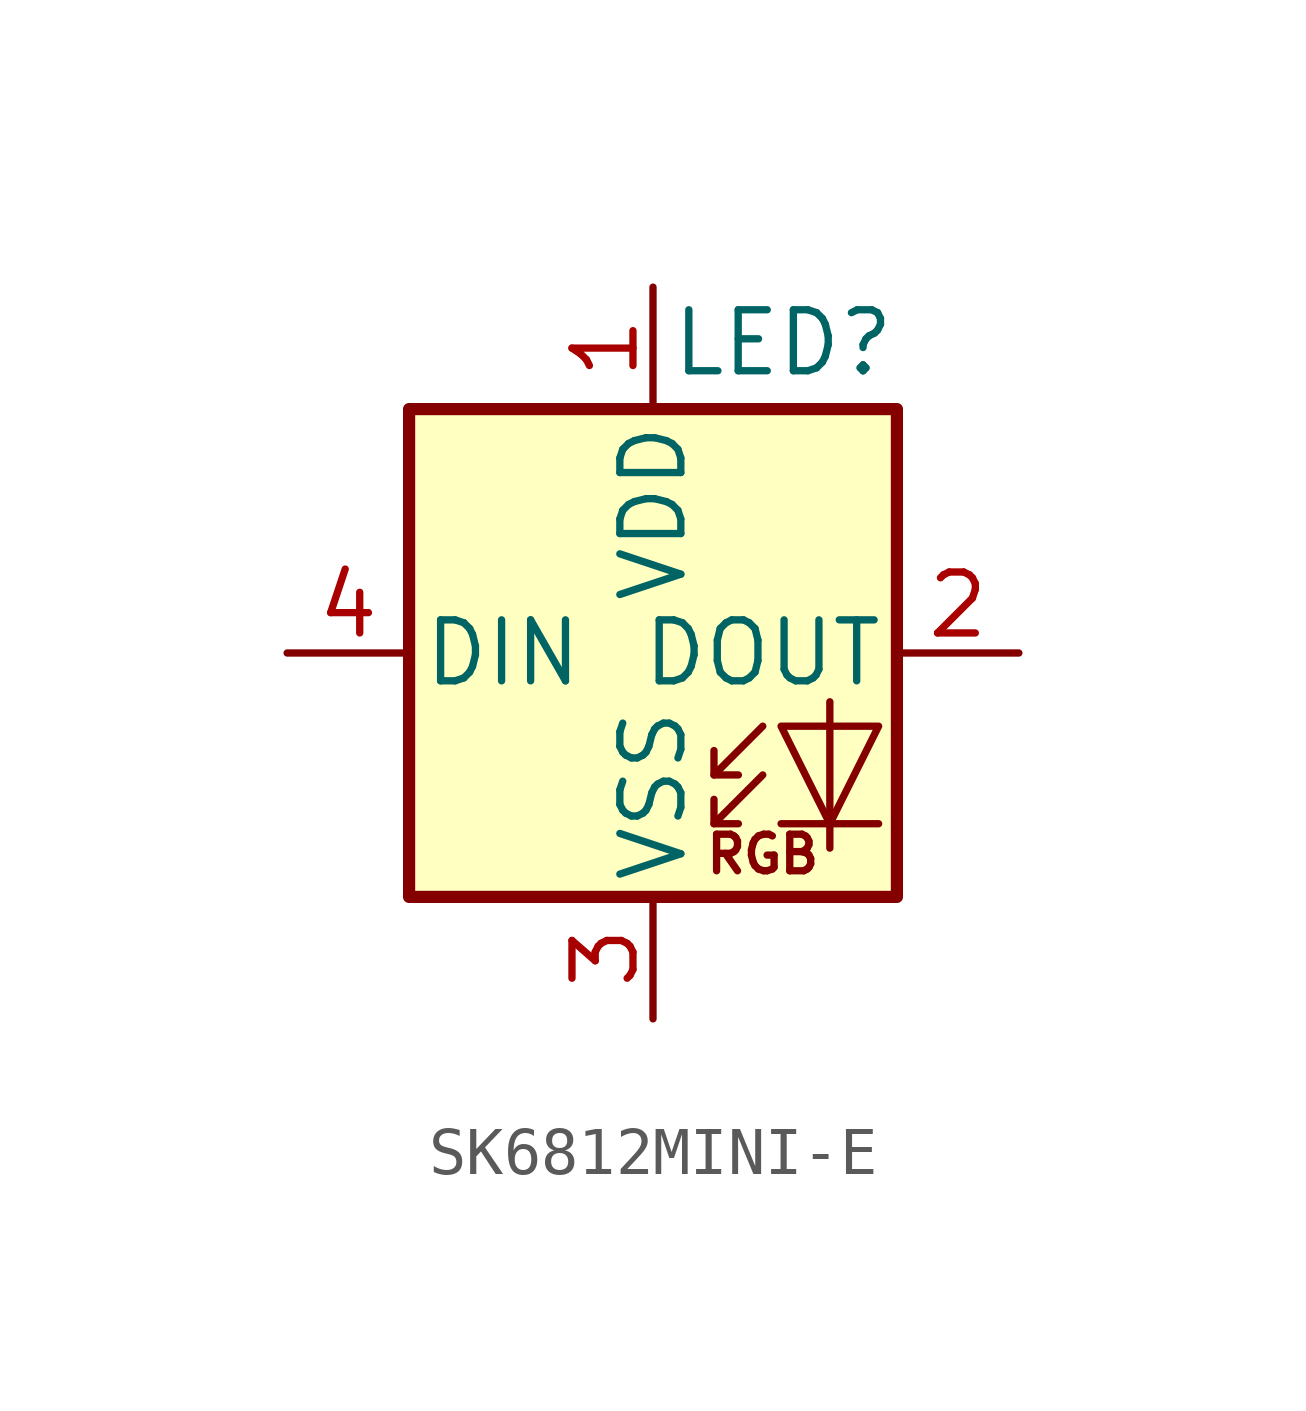
<source format=kicad_sym>
(kicad_symbol_lib
  (version 20231120)
  (generator "kicad_symbol_editor")
  (generator_version "8.0")
  (symbol "SK6812MINI-E"
    (pin_names
      (offset 0.254))
    (property "Reference" "LED"
      (at 5.08 5.715 0)
      (effects (font (size 1.27 1.27)) (justify right bottom)))
    (property "Value" ""
      (at 1.27 -5.715 0)
      (effects (font (size 1.27 1.27)) (justify left top)))
    (symbol "SK6812MINI-E_0_0"
      (text "RGB" (at 2.286 -4.191 0) (effects (font (size 0.762 0.762)))))
    (symbol "SK6812MINI-E_0_1"
      (polyline (pts (xy 1.27 -3.556) (xy 1.778 -3.556)) (stroke (width 0) (type default)) (fill (type none)))
      (polyline (pts (xy 1.27 -2.54) (xy 1.778 -2.54)) (stroke (width 0) (type default)) (fill (type none)))
      (polyline (pts (xy 4.699 -3.556) (xy 2.667 -3.556)) (stroke (width 0) (type default)) (fill (type none)))
      (polyline (pts (xy 2.286 -2.54) (xy 1.27 -3.556) (xy 1.27 -3.048)) (stroke (width 0) (type default)) (fill (type none)))
      (polyline (pts (xy 2.286 -1.524) (xy 1.27 -2.54) (xy 1.27 -2.032)) (stroke (width 0) (type default)) (fill (type none)))
      (polyline (pts (xy 3.683 -1.016) (xy 3.683 -3.556) (xy 3.683 -4.064)) (stroke (width 0) (type default)) (fill (type none)))
      (polyline (pts (xy 4.699 -1.524) (xy 2.667 -1.524) (xy 3.683 -3.556) (xy 4.699 -1.524)) (stroke (width 0) (type default)) (fill (type none)))
      (rectangle (start 5.08 5.08) (end -5.08 -5.08) (stroke (width 0.254) (type default)) (fill (type background))))
    (symbol "SK6812MINI-E_1_1"
      (pin power_in line (at 0 7.62 270) (length 2.54) (name "VDD" (effects (font (size 1.27 1.27)))) (number "1" (effects (font (size 1.27 1.27)))))
      (pin output line (at 7.62 0 180) (length 2.54) (name "DOUT" (effects (font (size 1.27 1.27)))) (number "2" (effects (font (size 1.27 1.27)))))
      (pin power_in line (at 0 -7.62 90) (length 2.54) (name "VSS" (effects (font (size 1.27 1.27)))) (number "3" (effects (font (size 1.27 1.27)))))
      (pin input line (at -7.62 0 0) (length 2.54) (name "DIN" (effects (font (size 1.27 1.27)))) (number "4" (effects (font (size 1.27 1.27))))))))
</source>
